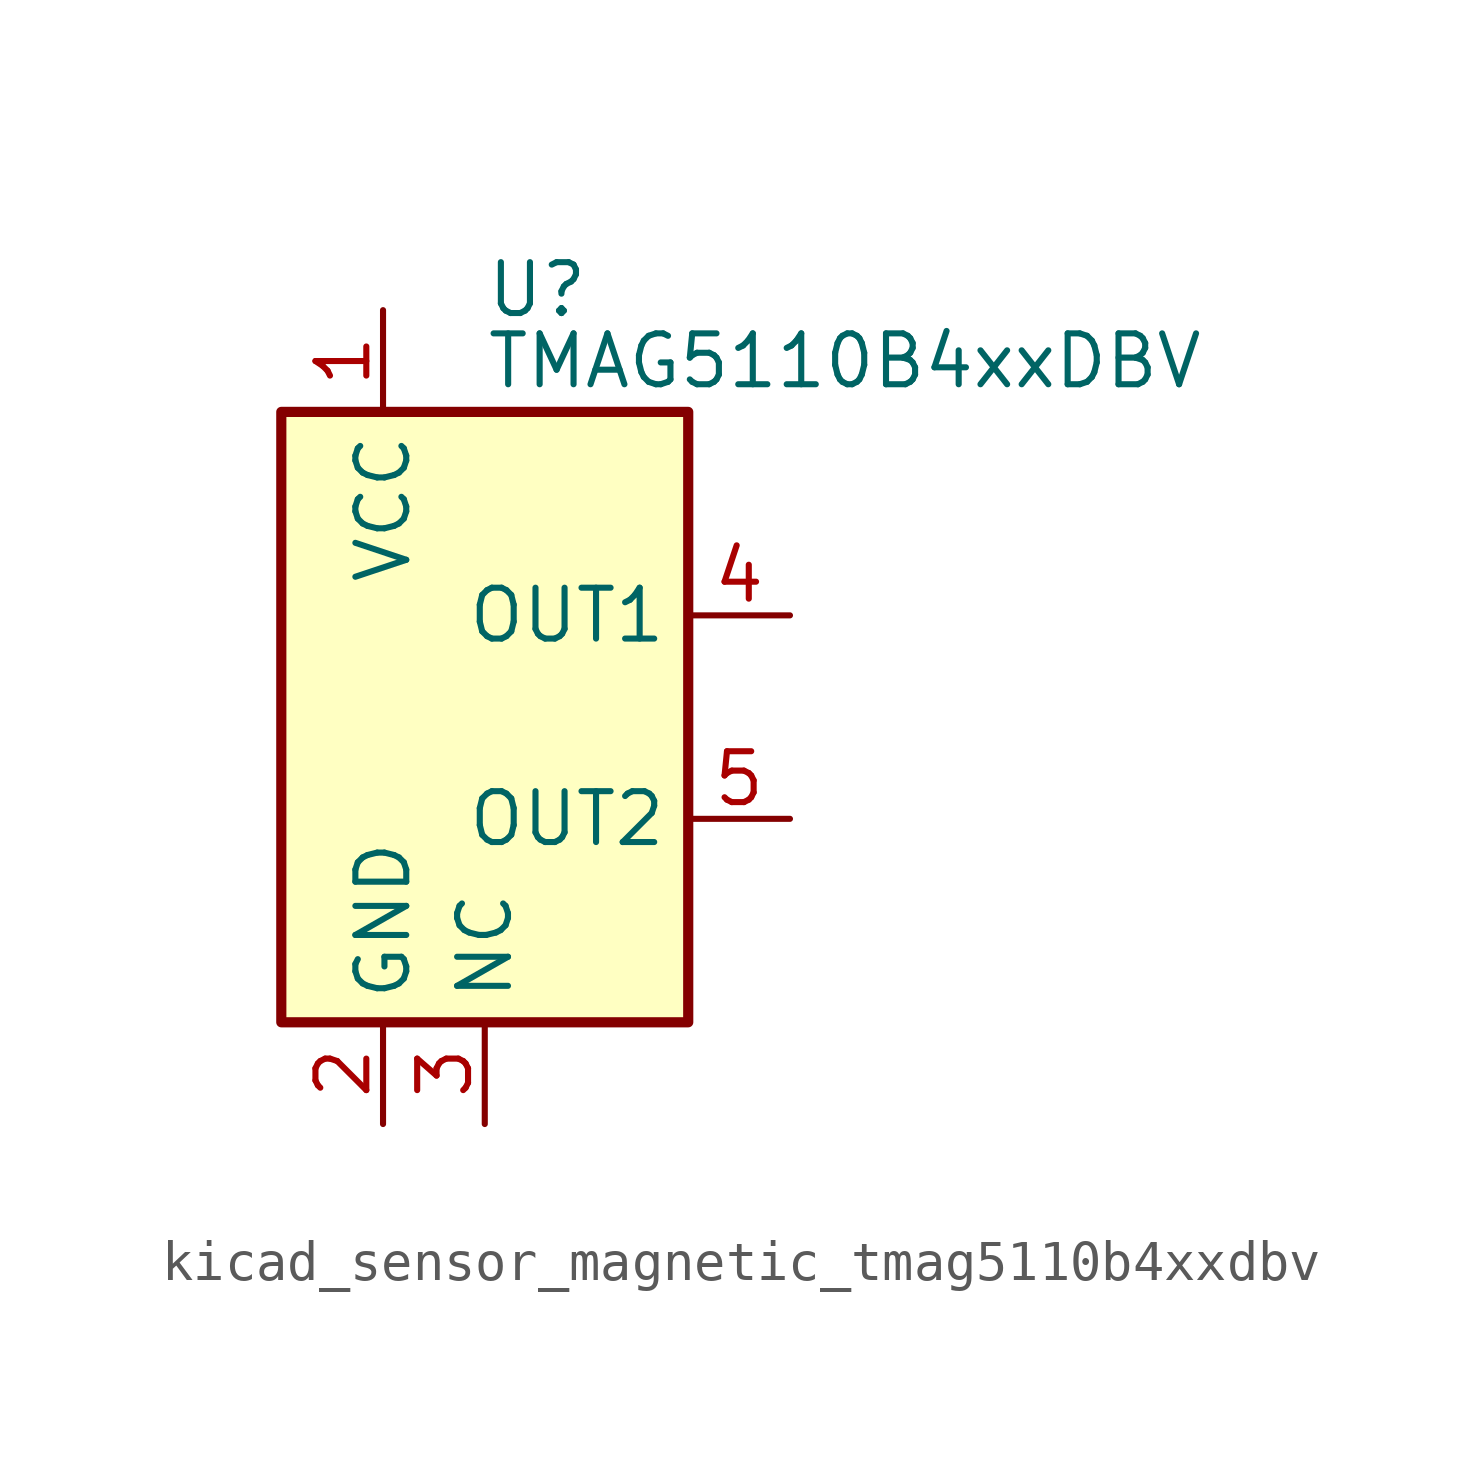
<source format=kicad_sym>
(kicad_symbol_lib
  (version 20220914)
  (generator kicad_symbol_editor)
  (symbol "kicad_sensor_magnetic_tmag5110b4xxdbv"
    (property "Reference" "U"
      (at 0 10.668 0)
      (effects (font (size 1.27 1.27)) (justify left)))
    (property "Value" "TMAG5110B4xxDBV"
      (at 0 8.89 0)
      (effects (font (size 1.27 1.27)) (justify left)))
    (symbol "kicad_sensor_magnetic_tmag5110b4xxdbv_0_0"
      (pin passive line (at 0 -10.16 90) (length 2.54) (name "NC" (effects (font (size 1.27 1.27)))) (number "3" (effects (font (size 1.27 1.27)))))
      (pin open_collector line (at 7.62 -2.54 180) (length 2.54) (name "OUT2" (effects (font (size 1.27 1.27)))) (number "5" (effects (font (size 1.27 1.27))))))
    (symbol "kicad_sensor_magnetic_tmag5110b4xxdbv_0_1"
      (rectangle (start -5.08 7.62) (end 5.08 -7.62) (stroke (width 0.254) (type default)) (fill (type background))))
    (symbol "kicad_sensor_magnetic_tmag5110b4xxdbv_1_1"
      (pin power_in line (at -2.54 10.16 270) (length 2.54) (name "VCC" (effects (font (size 1.27 1.27)))) (number "1" (effects (font (size 1.27 1.27)))))
      (pin power_in line (at -2.54 -10.16 90) (length 2.54) (name "GND" (effects (font (size 1.27 1.27)))) (number "2" (effects (font (size 1.27 1.27)))))
      (pin open_collector line (at 7.62 2.54 180) (length 2.54) (name "OUT1" (effects (font (size 1.27 1.27)))) (number "4" (effects (font (size 1.27 1.27))))))))
</source>
